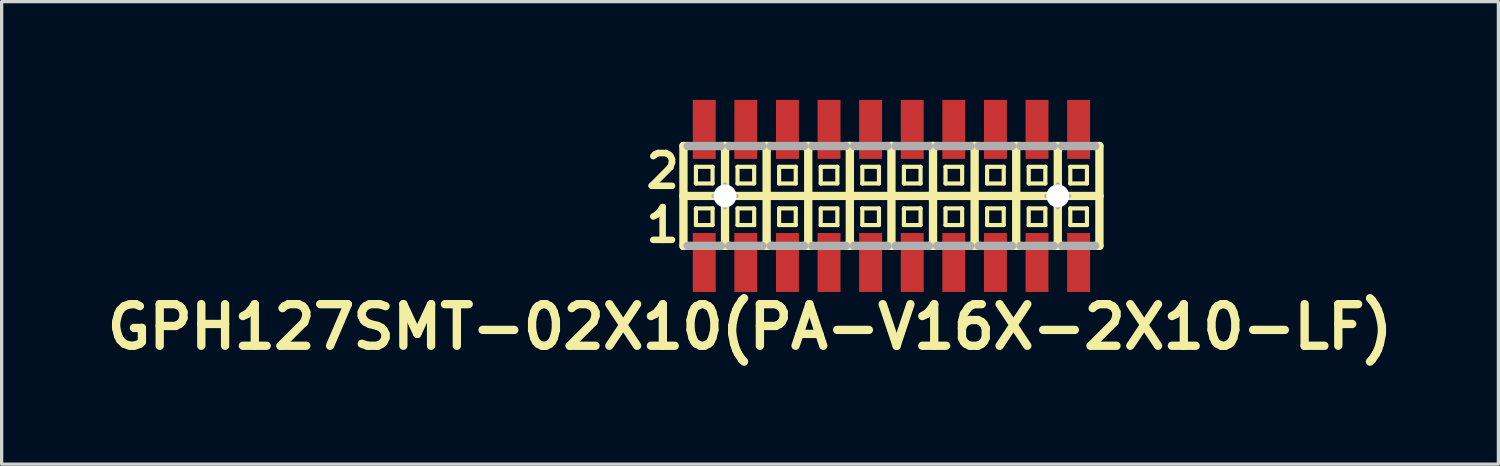
<source format=kicad_pcb>
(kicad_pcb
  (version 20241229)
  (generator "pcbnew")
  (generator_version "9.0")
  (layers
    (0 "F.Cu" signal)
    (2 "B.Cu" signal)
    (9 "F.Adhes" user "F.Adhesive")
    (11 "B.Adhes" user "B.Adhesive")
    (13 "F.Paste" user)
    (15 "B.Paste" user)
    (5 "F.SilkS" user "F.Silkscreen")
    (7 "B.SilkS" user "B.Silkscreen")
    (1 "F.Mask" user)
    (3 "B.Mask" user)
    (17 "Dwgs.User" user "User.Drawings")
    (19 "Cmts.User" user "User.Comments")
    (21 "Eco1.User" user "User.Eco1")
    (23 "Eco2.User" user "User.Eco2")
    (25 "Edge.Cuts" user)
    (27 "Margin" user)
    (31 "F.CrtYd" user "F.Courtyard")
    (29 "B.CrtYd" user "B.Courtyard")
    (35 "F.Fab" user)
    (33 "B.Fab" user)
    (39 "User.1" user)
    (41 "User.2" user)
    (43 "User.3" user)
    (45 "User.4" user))
  (footprint "GPH127SMT-02X10(PA-V16X-2X10-LF)"
    (layer "F.Cu")
    (at 24.166 2.932)
    (property "Reference" "GPH127SMT-02X10(PA-V16X-2X10-LF)" (at -4.318 4 0) (layer "F.SilkS") (effects (font (size 1.27 1.27) (thickness 0.254))))
    (attr smd)
    (fp_line (start -6.35 -1.524) (end -6.35 0) (stroke (width 0.254) (type solid)) (layer "F.SilkS"))
    (fp_line (start -6.35 0) (end -6.35 1.524) (stroke (width 0.254) (type solid)) (layer "F.SilkS"))
    (fp_line (start -6.35 0) (end -5.08 0) (stroke (width 0.254) (type solid)) (layer "F.SilkS"))
    (fp_line (start -6.35 1.524) (end -6.223 1.524) (stroke (width 0.254) (type solid)) (layer "F.SilkS"))
    (fp_line (start -6.223 -1.524) (end -6.35 -1.524) (stroke (width 0.254) (type solid)) (layer "F.SilkS"))
    (fp_line (start -5.969 -0.889) (end -5.461 -0.889) (stroke (width 0.127) (type solid)) (layer "F.SilkS"))
    (fp_line (start -5.969 -0.381) (end -5.969 -0.889) (stroke (width 0.127) (type solid)) (layer "F.SilkS"))
    (fp_line (start -5.969 -0.381) (end -5.461 -0.381) (stroke (width 0.127) (type solid)) (layer "F.SilkS"))
    (fp_line (start -5.969 0.381) (end -5.461 0.381) (stroke (width 0.127) (type solid)) (layer "F.SilkS"))
    (fp_line (start -5.969 0.889) (end -5.969 0.381) (stroke (width 0.127) (type solid)) (layer "F.SilkS"))
    (fp_line (start -5.969 0.889) (end -5.461 0.889) (stroke (width 0.127) (type solid)) (layer "F.SilkS"))
    (fp_line (start -5.461 -0.381) (end -5.461 -0.889) (stroke (width 0.127) (type solid)) (layer "F.SilkS"))
    (fp_line (start -5.461 0.889) (end -5.461 0.381) (stroke (width 0.127) (type solid)) (layer "F.SilkS"))
    (fp_line (start -5.207 -1.524) (end -5.08 -1.524) (stroke (width 0.254) (type solid)) (layer "F.SilkS"))
    (fp_line (start -5.207 1.524) (end -5.08 1.524) (stroke (width 0.254) (type solid)) (layer "F.SilkS"))
    (fp_line (start -5.08 -1.524) (end -4.953 -1.524) (stroke (width 0.254) (type solid)) (layer "F.SilkS"))
    (fp_line (start -5.08 0) (end -5.08 -1.524) (stroke (width 0.254) (type solid)) (layer "F.SilkS"))
    (fp_line (start -5.08 0) (end -3.81 0) (stroke (width 0.254) (type solid)) (layer "F.SilkS"))
    (fp_line (start -5.08 1.524) (end -5.08 0) (stroke (width 0.254) (type solid)) (layer "F.SilkS"))
    (fp_line (start -5.08 1.524) (end -4.953 1.524) (stroke (width 0.254) (type solid)) (layer "F.SilkS"))
    (fp_line (start -4.699 -0.889) (end -4.191 -0.889) (stroke (width 0.127) (type solid)) (layer "F.SilkS"))
    (fp_line (start -4.699 -0.381) (end -4.699 -0.889) (stroke (width 0.127) (type solid)) (layer "F.SilkS"))
    (fp_line (start -4.699 -0.381) (end -4.191 -0.381) (stroke (width 0.127) (type solid)) (layer "F.SilkS"))
    (fp_line (start -4.699 0.381) (end -4.191 0.381) (stroke (width 0.127) (type solid)) (layer "F.SilkS"))
    (fp_line (start -4.699 0.889) (end -4.699 0.381) (stroke (width 0.127) (type solid)) (layer "F.SilkS"))
    (fp_line (start -4.699 0.889) (end -4.191 0.889) (stroke (width 0.127) (type solid)) (layer "F.SilkS"))
    (fp_line (start -4.191 -0.381) (end -4.191 -0.889) (stroke (width 0.127) (type solid)) (layer "F.SilkS"))
    (fp_line (start -4.191 0.889) (end -4.191 0.381) (stroke (width 0.127) (type solid)) (layer "F.SilkS"))
    (fp_line (start -3.937 -1.524) (end -3.81 -1.524) (stroke (width 0.254) (type solid)) (layer "F.SilkS"))
    (fp_line (start -3.937 1.524) (end -3.81 1.524) (stroke (width 0.254) (type solid)) (layer "F.SilkS"))
    (fp_line (start -3.81 -1.524) (end -3.683 -1.524) (stroke (width 0.254) (type solid)) (layer "F.SilkS"))
    (fp_line (start -3.81 0) (end -3.81 -1.524) (stroke (width 0.254) (type solid)) (layer "F.SilkS"))
    (fp_line (start -3.81 0) (end -2.54 0) (stroke (width 0.254) (type solid)) (layer "F.SilkS"))
    (fp_line (start -3.81 1.524) (end -3.81 0) (stroke (width 0.254) (type solid)) (layer "F.SilkS"))
    (fp_line (start -3.81 1.524) (end -3.683 1.524) (stroke (width 0.254) (type solid)) (layer "F.SilkS"))
    (fp_line (start -3.429 -0.889) (end -2.921 -0.889) (stroke (width 0.127) (type solid)) (layer "F.SilkS"))
    (fp_line (start -3.429 -0.381) (end -3.429 -0.889) (stroke (width 0.127) (type solid)) (layer "F.SilkS"))
    (fp_line (start -3.429 -0.381) (end -2.921 -0.381) (stroke (width 0.127) (type solid)) (layer "F.SilkS"))
    (fp_line (start -3.429 0.381) (end -2.921 0.381) (stroke (width 0.127) (type solid)) (layer "F.SilkS"))
    (fp_line (start -3.429 0.889) (end -3.429 0.381) (stroke (width 0.127) (type solid)) (layer "F.SilkS"))
    (fp_line (start -3.429 0.889) (end -2.921 0.889) (stroke (width 0.127) (type solid)) (layer "F.SilkS"))
    (fp_line (start -2.921 -0.381) (end -2.921 -0.889) (stroke (width 0.127) (type solid)) (layer "F.SilkS"))
    (fp_line (start -2.921 0.889) (end -2.921 0.381) (stroke (width 0.127) (type solid)) (layer "F.SilkS"))
    (fp_line (start -2.667 -1.524) (end -2.54 -1.524) (stroke (width 0.254) (type solid)) (layer "F.SilkS"))
    (fp_line (start -2.667 1.524) (end -2.54 1.524) (stroke (width 0.254) (type solid)) (layer "F.SilkS"))
    (fp_line (start -2.54 -1.524) (end -2.413 -1.524) (stroke (width 0.254) (type solid)) (layer "F.SilkS"))
    (fp_line (start -2.54 0) (end -2.54 -1.524) (stroke (width 0.254) (type solid)) (layer "F.SilkS"))
    (fp_line (start -2.54 0) (end -1.27 0) (stroke (width 0.254) (type solid)) (layer "F.SilkS"))
    (fp_line (start -2.54 1.524) (end -2.54 0) (stroke (width 0.254) (type solid)) (layer "F.SilkS"))
    (fp_line (start -2.54 1.524) (end -2.413 1.524) (stroke (width 0.254) (type solid)) (layer "F.SilkS"))
    (fp_line (start -2.159 -0.889) (end -1.651 -0.889) (stroke (width 0.127) (type solid)) (layer "F.SilkS"))
    (fp_line (start -2.159 -0.381) (end -2.159 -0.889) (stroke (width 0.127) (type solid)) (layer "F.SilkS"))
    (fp_line (start -2.159 -0.381) (end -1.651 -0.381) (stroke (width 0.127) (type solid)) (layer "F.SilkS"))
    (fp_line (start -2.159 0.381) (end -1.651 0.381) (stroke (width 0.127) (type solid)) (layer "F.SilkS"))
    (fp_line (start -2.159 0.889) (end -2.159 0.381) (stroke (width 0.127) (type solid)) (layer "F.SilkS"))
    (fp_line (start -2.159 0.889) (end -1.651 0.889) (stroke (width 0.127) (type solid)) (layer "F.SilkS"))
    (fp_line (start -1.651 -0.381) (end -1.651 -0.889) (stroke (width 0.127) (type solid)) (layer "F.SilkS"))
    (fp_line (start -1.651 0.889) (end -1.651 0.381) (stroke (width 0.127) (type solid)) (layer "F.SilkS"))
    (fp_line (start -1.397 -1.524) (end -1.27 -1.524) (stroke (width 0.254) (type solid)) (layer "F.SilkS"))
    (fp_line (start -1.397 1.524) (end -1.27 1.524) (stroke (width 0.254) (type solid)) (layer "F.SilkS"))
    (fp_line (start -1.27 -1.524) (end -1.143 -1.524) (stroke (width 0.254) (type solid)) (layer "F.SilkS"))
    (fp_line (start -1.27 0) (end -1.27 -1.524) (stroke (width 0.254) (type solid)) (layer "F.SilkS"))
    (fp_line (start -1.27 0) (end 0 0) (stroke (width 0.254) (type solid)) (layer "F.SilkS"))
    (fp_line (start -1.27 1.524) (end -1.27 0) (stroke (width 0.254) (type solid)) (layer "F.SilkS"))
    (fp_line (start -1.27 1.524) (end -1.143 1.524) (stroke (width 0.254) (type solid)) (layer "F.SilkS"))
    (fp_line (start -0.889 -0.889) (end -0.381 -0.889) (stroke (width 0.127) (type solid)) (layer "F.SilkS"))
    (fp_line (start -0.889 -0.381) (end -0.889 -0.889) (stroke (width 0.127) (type solid)) (layer "F.SilkS"))
    (fp_line (start -0.889 -0.381) (end -0.381 -0.381) (stroke (width 0.127) (type solid)) (layer "F.SilkS"))
    (fp_line (start -0.889 0.381) (end -0.381 0.381) (stroke (width 0.127) (type solid)) (layer "F.SilkS"))
    (fp_line (start -0.889 0.889) (end -0.889 0.381) (stroke (width 0.127) (type solid)) (layer "F.SilkS"))
    (fp_line (start -0.889 0.889) (end -0.381 0.889) (stroke (width 0.127) (type solid)) (layer "F.SilkS"))
    (fp_line (start -0.381 -0.381) (end -0.381 -0.889) (stroke (width 0.127) (type solid)) (layer "F.SilkS"))
    (fp_line (start -0.381 0.889) (end -0.381 0.381) (stroke (width 0.127) (type solid)) (layer "F.SilkS"))
    (fp_line (start -0.127 -1.524) (end 0 -1.524) (stroke (width 0.254) (type solid)) (layer "F.SilkS"))
    (fp_line (start -0.127 1.524) (end 0 1.524) (stroke (width 0.254) (type solid)) (layer "F.SilkS"))
    (fp_line (start 0 -1.524) (end 0.127 -1.524) (stroke (width 0.254) (type solid)) (layer "F.SilkS"))
    (fp_line (start 0 0) (end 0 -1.524) (stroke (width 0.254) (type solid)) (layer "F.SilkS"))
    (fp_line (start 0 0) (end 1.27 0) (stroke (width 0.254) (type solid)) (layer "F.SilkS"))
    (fp_line (start 0 1.524) (end 0 0) (stroke (width 0.254) (type solid)) (layer "F.SilkS"))
    (fp_line (start 0 1.524) (end 0.127 1.524) (stroke (width 0.254) (type solid)) (layer "F.SilkS"))
    (fp_line (start 0.381 -0.889) (end 0.889 -0.889) (stroke (width 0.127) (type solid)) (layer "F.SilkS"))
    (fp_line (start 0.381 -0.381) (end 0.381 -0.889) (stroke (width 0.127) (type solid)) (layer "F.SilkS"))
    (fp_line (start 0.381 -0.381) (end 0.889 -0.381) (stroke (width 0.127) (type solid)) (layer "F.SilkS"))
    (fp_line (start 0.381 0.381) (end 0.889 0.381) (stroke (width 0.127) (type solid)) (layer "F.SilkS"))
    (fp_line (start 0.381 0.889) (end 0.381 0.381) (stroke (width 0.127) (type solid)) (layer "F.SilkS"))
    (fp_line (start 0.381 0.889) (end 0.889 0.889) (stroke (width 0.127) (type solid)) (layer "F.SilkS"))
    (fp_line (start 0.889 -0.381) (end 0.889 -0.889) (stroke (width 0.127) (type solid)) (layer "F.SilkS"))
    (fp_line (start 0.889 0.889) (end 0.889 0.381) (stroke (width 0.127) (type solid)) (layer "F.SilkS"))
    (fp_line (start 1.143 -1.524) (end 1.27 -1.524) (stroke (width 0.254) (type solid)) (layer "F.SilkS"))
    (fp_line (start 1.143 1.524) (end 1.27 1.524) (stroke (width 0.254) (type solid)) (layer "F.SilkS"))
    (fp_line (start 1.27 -1.524) (end 1.397 -1.524) (stroke (width 0.254) (type solid)) (layer "F.SilkS"))
    (fp_line (start 1.27 0) (end 1.27 -1.524) (stroke (width 0.254) (type solid)) (layer "F.SilkS"))
    (fp_line (start 1.27 0) (end 2.54 0) (stroke (width 0.254) (type solid)) (layer "F.SilkS"))
    (fp_line (start 1.27 1.524) (end 1.27 0) (stroke (width 0.254) (type solid)) (layer "F.SilkS"))
    (fp_line (start 1.27 1.524) (end 1.397 1.524) (stroke (width 0.254) (type solid)) (layer "F.SilkS"))
    (fp_line (start 1.651 -0.889) (end 2.159 -0.889) (stroke (width 0.127) (type solid)) (layer "F.SilkS"))
    (fp_line (start 1.651 -0.381) (end 1.651 -0.889) (stroke (width 0.127) (type solid)) (layer "F.SilkS"))
    (fp_line (start 1.651 -0.381) (end 2.159 -0.381) (stroke (width 0.127) (type solid)) (layer "F.SilkS"))
    (fp_line (start 1.651 0.381) (end 2.159 0.381) (stroke (width 0.127) (type solid)) (layer "F.SilkS"))
    (fp_line (start 1.651 0.889) (end 1.651 0.381) (stroke (width 0.127) (type solid)) (layer "F.SilkS"))
    (fp_line (start 1.651 0.889) (end 2.159 0.889) (stroke (width 0.127) (type solid)) (layer "F.SilkS"))
    (fp_line (start 2.159 -0.381) (end 2.159 -0.889) (stroke (width 0.127) (type solid)) (layer "F.SilkS"))
    (fp_line (start 2.159 0.889) (end 2.159 0.381) (stroke (width 0.127) (type solid)) (layer "F.SilkS"))
    (fp_line (start 2.413 -1.524) (end 2.54 -1.524) (stroke (width 0.254) (type solid)) (layer "F.SilkS"))
    (fp_line (start 2.413 1.524) (end 2.54 1.524) (stroke (width 0.254) (type solid)) (layer "F.SilkS"))
    (fp_line (start 2.54 -1.524) (end 2.667 -1.524) (stroke (width 0.254) (type solid)) (layer "F.SilkS"))
    (fp_line (start 2.54 0) (end 2.54 -1.524) (stroke (width 0.254) (type solid)) (layer "F.SilkS"))
    (fp_line (start 2.54 0) (end 3.81 0) (stroke (width 0.254) (type solid)) (layer "F.SilkS"))
    (fp_line (start 2.54 1.524) (end 2.54 0) (stroke (width 0.254) (type solid)) (layer "F.SilkS"))
    (fp_line (start 2.54 1.524) (end 2.667 1.524) (stroke (width 0.254) (type solid)) (layer "F.SilkS"))
    (fp_line (start 2.921 -0.889) (end 3.429 -0.889) (stroke (width 0.127) (type solid)) (layer "F.SilkS"))
    (fp_line (start 2.921 -0.381) (end 2.921 -0.889) (stroke (width 0.127) (type solid)) (layer "F.SilkS"))
    (fp_line (start 2.921 -0.381) (end 3.429 -0.381) (stroke (width 0.127) (type solid)) (layer "F.SilkS"))
    (fp_line (start 2.921 0.381) (end 3.429 0.381) (stroke (width 0.127) (type solid)) (layer "F.SilkS"))
    (fp_line (start 2.921 0.889) (end 2.921 0.381) (stroke (width 0.127) (type solid)) (layer "F.SilkS"))
    (fp_line (start 2.921 0.889) (end 3.429 0.889) (stroke (width 0.127) (type solid)) (layer "F.SilkS"))
    (fp_line (start 3.429 -0.381) (end 3.429 -0.889) (stroke (width 0.127) (type solid)) (layer "F.SilkS"))
    (fp_line (start 3.429 0.889) (end 3.429 0.381) (stroke (width 0.127) (type solid)) (layer "F.SilkS"))
    (fp_line (start 3.683 -1.524) (end 3.81 -1.524) (stroke (width 0.254) (type solid)) (layer "F.SilkS"))
    (fp_line (start 3.683 1.524) (end 3.81 1.524) (stroke (width 0.254) (type solid)) (layer "F.SilkS"))
    (fp_line (start 3.81 -1.524) (end 3.937 -1.524) (stroke (width 0.254) (type solid)) (layer "F.SilkS"))
    (fp_line (start 3.81 0) (end 3.81 -1.524) (stroke (width 0.254) (type solid)) (layer "F.SilkS"))
    (fp_line (start 3.81 0) (end 5.08 0) (stroke (width 0.254) (type solid)) (layer "F.SilkS"))
    (fp_line (start 3.81 1.524) (end 3.81 0) (stroke (width 0.254) (type solid)) (layer "F.SilkS"))
    (fp_line (start 3.81 1.524) (end 3.937 1.524) (stroke (width 0.254) (type solid)) (layer "F.SilkS"))
    (fp_line (start 4.191 -0.889) (end 4.699 -0.889) (stroke (width 0.127) (type solid)) (layer "F.SilkS"))
    (fp_line (start 4.191 -0.381) (end 4.191 -0.889) (stroke (width 0.127) (type solid)) (layer "F.SilkS"))
    (fp_line (start 4.191 -0.381) (end 4.699 -0.381) (stroke (width 0.127) (type solid)) (layer "F.SilkS"))
    (fp_line (start 4.191 0.381) (end 4.699 0.381) (stroke (width 0.127) (type solid)) (layer "F.SilkS"))
    (fp_line (start 4.191 0.889) (end 4.191 0.381) (stroke (width 0.127) (type solid)) (layer "F.SilkS"))
    (fp_line (start 4.191 0.889) (end 4.699 0.889) (stroke (width 0.127) (type solid)) (layer "F.SilkS"))
    (fp_line (start 4.699 -0.381) (end 4.699 -0.889) (stroke (width 0.127) (type solid)) (layer "F.SilkS"))
    (fp_line (start 4.699 0.889) (end 4.699 0.381) (stroke (width 0.127) (type solid)) (layer "F.SilkS"))
    (fp_line (start 4.953 -1.524) (end 5.207 -1.524) (stroke (width 0.254) (type solid)) (layer "F.SilkS"))
    (fp_line (start 4.953 1.524) (end 5.08 1.524) (stroke (width 0.254) (type solid)) (layer "F.SilkS"))
    (fp_line (start 5.08 0) (end 5.08 -1.524) (stroke (width 0.254) (type solid)) (layer "F.SilkS"))
    (fp_line (start 5.08 0) (end 6.35 0) (stroke (width 0.254) (type solid)) (layer "F.SilkS"))
    (fp_line (start 5.08 1.524) (end 5.08 0) (stroke (width 0.254) (type solid)) (layer "F.SilkS"))
    (fp_line (start 5.08 1.524) (end 5.207 1.524) (stroke (width 0.254) (type solid)) (layer "F.SilkS"))
    (fp_line (start 5.461 -0.889) (end 5.969 -0.889) (stroke (width 0.127) (type solid)) (layer "F.SilkS"))
    (fp_line (start 5.461 -0.381) (end 5.461 -0.889) (stroke (width 0.127) (type solid)) (layer "F.SilkS"))
    (fp_line (start 5.461 -0.381) (end 5.969 -0.381) (stroke (width 0.127) (type solid)) (layer "F.SilkS"))
    (fp_line (start 5.461 0.381) (end 5.969 0.381) (stroke (width 0.127) (type solid)) (layer "F.SilkS"))
    (fp_line (start 5.461 0.889) (end 5.461 0.381) (stroke (width 0.127) (type solid)) (layer "F.SilkS"))
    (fp_line (start 5.461 0.889) (end 5.969 0.889) (stroke (width 0.127) (type solid)) (layer "F.SilkS"))
    (fp_line (start 5.969 -0.381) (end 5.969 -0.889) (stroke (width 0.127) (type solid)) (layer "F.SilkS"))
    (fp_line (start 5.969 0.889) (end 5.969 0.381) (stroke (width 0.127) (type solid)) (layer "F.SilkS"))
    (fp_line (start 6.223 -1.524) (end 6.35 -1.524) (stroke (width 0.254) (type solid)) (layer "F.SilkS"))
    (fp_line (start 6.35 -1.524) (end 6.35 0) (stroke (width 0.254) (type solid)) (layer "F.SilkS"))
    (fp_line (start 6.35 0) (end 6.35 1.524) (stroke (width 0.254) (type solid)) (layer "F.SilkS"))
    (fp_line (start 6.35 1.524) (end 6.223 1.524) (stroke (width 0.254) (type solid)) (layer "F.SilkS"))
    (fp_line (start -6.223 -1.524) (end -5.207 -1.524) (stroke (width 0.254) (type solid)) (layer "F.Fab"))
    (fp_line (start -6.223 1.524) (end -5.207 1.524) (stroke (width 0.254) (type solid)) (layer "F.Fab"))
    (fp_line (start -5.428 0) (end -4.729 0) (stroke (width 0.127) (type solid)) (layer "F.Fab"))
    (fp_line (start -5.08 0.348) (end -5.08 -0.348) (stroke (width 0.127) (type solid)) (layer "F.Fab"))
    (fp_line (start -4.953 -1.524) (end -3.937 -1.524) (stroke (width 0.254) (type solid)) (layer "F.Fab"))
    (fp_line (start -4.953 1.524) (end -3.937 1.524) (stroke (width 0.254) (type solid)) (layer "F.Fab"))
    (fp_line (start -3.683 -1.524) (end -2.667 -1.524) (stroke (width 0.254) (type solid)) (layer "F.Fab"))
    (fp_line (start -3.683 1.524) (end -2.667 1.524) (stroke (width 0.254) (type solid)) (layer "F.Fab"))
    (fp_line (start -2.413 -1.524) (end -1.397 -1.524) (stroke (width 0.254) (type solid)) (layer "F.Fab"))
    (fp_line (start -2.413 1.524) (end -1.397 1.524) (stroke (width 0.254) (type solid)) (layer "F.Fab"))
    (fp_line (start -1.143 -1.524) (end -0.127 -1.524) (stroke (width 0.254) (type solid)) (layer "F.Fab"))
    (fp_line (start -1.143 1.524) (end -0.127 1.524) (stroke (width 0.254) (type solid)) (layer "F.Fab"))
    (fp_line (start 0.127 -1.524) (end 1.143 -1.524) (stroke (width 0.254) (type solid)) (layer "F.Fab"))
    (fp_line (start 0.127 1.524) (end 1.143 1.524) (stroke (width 0.254) (type solid)) (layer "F.Fab"))
    (fp_line (start 1.397 -1.524) (end 2.413 -1.524) (stroke (width 0.254) (type solid)) (layer "F.Fab"))
    (fp_line (start 1.397 1.524) (end 2.413 1.524) (stroke (width 0.254) (type solid)) (layer "F.Fab"))
    (fp_line (start 2.667 -1.524) (end 3.683 -1.524) (stroke (width 0.254) (type solid)) (layer "F.Fab"))
    (fp_line (start 2.667 1.524) (end 3.683 1.524) (stroke (width 0.254) (type solid)) (layer "F.Fab"))
    (fp_line (start 3.937 -1.524) (end 4.953 -1.524) (stroke (width 0.254) (type solid)) (layer "F.Fab"))
    (fp_line (start 3.937 1.524) (end 4.953 1.524) (stroke (width 0.254) (type solid)) (layer "F.Fab"))
    (fp_line (start 4.729 0) (end 5.428 0) (stroke (width 0.127) (type solid)) (layer "F.Fab"))
    (fp_line (start 5.08 0.348) (end 5.08 -0.348) (stroke (width 0.127) (type solid)) (layer "F.Fab"))
    (fp_line (start 5.207 -1.524) (end 6.223 -1.524) (stroke (width 0.254) (type solid)) (layer "F.Fab"))
    (fp_line (start 5.207 1.524) (end 6.223 1.524) (stroke (width 0.254) (type solid)) (layer "F.Fab"))
    (fp_circle (center -5.08 0) (end -5.253 0.173) (stroke (width 0.127) (type solid)) (fill no) (layer "F.Fab"))
    (fp_circle (center 5.08 0) (end 5.253 0.173) (stroke (width 0.127) (type solid)) (fill no) (layer "F.Fab"))
    (fp_text user "2" (at -6.985 -0.762 0) (layer "F.SilkS") (effects (font (size 1 1) (thickness 0.2))))
    (fp_text user "1" (at -6.985 0.889 0) (layer "F.SilkS") (effects (font (size 1 1) (thickness 0.2))))
    (pad "" np_thru_hole circle (at -5.08 0 90) (size 0.7 0.7) (drill 0.7) (layers "*.Cu" "*.Mask"))
    (pad "" np_thru_hole circle (at 5.08 0 90) (size 0.7 0.7) (drill 0.7) (layers "*.Cu" "*.Mask"))
    (pad "1" smd rect (at -5.715 2.032 270) (size 1.8 0.7) (layers "F.Cu" "F.Mask" "F.Paste"))
    (pad "2" smd rect (at -5.715 -2.032 270) (size 1.8 0.7) (layers "F.Cu" "F.Mask" "F.Paste"))
    (pad "3" smd rect (at -4.445 2.032 270) (size 1.8 0.7) (layers "F.Cu" "F.Mask" "F.Paste"))
    (pad "4" smd rect (at -4.445 -2.032 270) (size 1.8 0.7) (layers "F.Cu" "F.Mask" "F.Paste"))
    (pad "5" smd rect (at -3.175 2.032 270) (size 1.8 0.7) (layers "F.Cu" "F.Mask" "F.Paste"))
    (pad "6" smd rect (at -3.175 -2.032 270) (size 1.8 0.7) (layers "F.Cu" "F.Mask" "F.Paste"))
    (pad "7" smd rect (at -1.905 2.032 270) (size 1.8 0.7) (layers "F.Cu" "F.Mask" "F.Paste"))
    (pad "8" smd rect (at -1.905 -2.032 270) (size 1.8 0.7) (layers "F.Cu" "F.Mask" "F.Paste"))
    (pad "9" smd rect (at -0.635 2.032 270) (size 1.8 0.7) (layers "F.Cu" "F.Mask" "F.Paste"))
    (pad "10" smd rect (at -0.635 -2.032 270) (size 1.8 0.7) (layers "F.Cu" "F.Mask" "F.Paste"))
    (pad "11" smd rect (at 0.635 2.032 270) (size 1.8 0.7) (layers "F.Cu" "F.Mask" "F.Paste"))
    (pad "12" smd rect (at 0.635 -2.032 270) (size 1.8 0.7) (layers "F.Cu" "F.Mask" "F.Paste"))
    (pad "13" smd rect (at 1.905 2.032 90) (size 1.8 0.7) (layers "F.Cu" "F.Mask" "F.Paste"))
    (pad "14" smd rect (at 1.905 -2.032 90) (size 1.8 0.7) (layers "F.Cu" "F.Mask" "F.Paste"))
    (pad "15" smd rect (at 3.175 2.032 90) (size 1.8 0.7) (layers "F.Cu" "F.Mask" "F.Paste"))
    (pad "16" smd rect (at 3.175 -2.032 90) (size 1.8 0.7) (layers "F.Cu" "F.Mask" "F.Paste"))
    (pad "17" smd rect (at 4.445 2.032 90) (size 1.8 0.7) (layers "F.Cu" "F.Mask" "F.Paste"))
    (pad "18" smd rect (at 4.445 -2.032 90) (size 1.8 0.7) (layers "F.Cu" "F.Mask" "F.Paste"))
    (pad "19" smd rect (at 5.715 2.032 90) (size 1.8 0.7) (layers "F.Cu" "F.Mask" "F.Paste"))
    (pad "20" smd rect (at 5.715 -2.032 90) (size 1.8 0.7) (layers "F.Cu" "F.Mask" "F.Paste")))
  (gr_rect
    (start -3 -3)
    (end 42.697 11.121)
    (stroke (width 0.1) (type default))
    (fill no)
    (layer "Edge.Cuts")))
</source>
